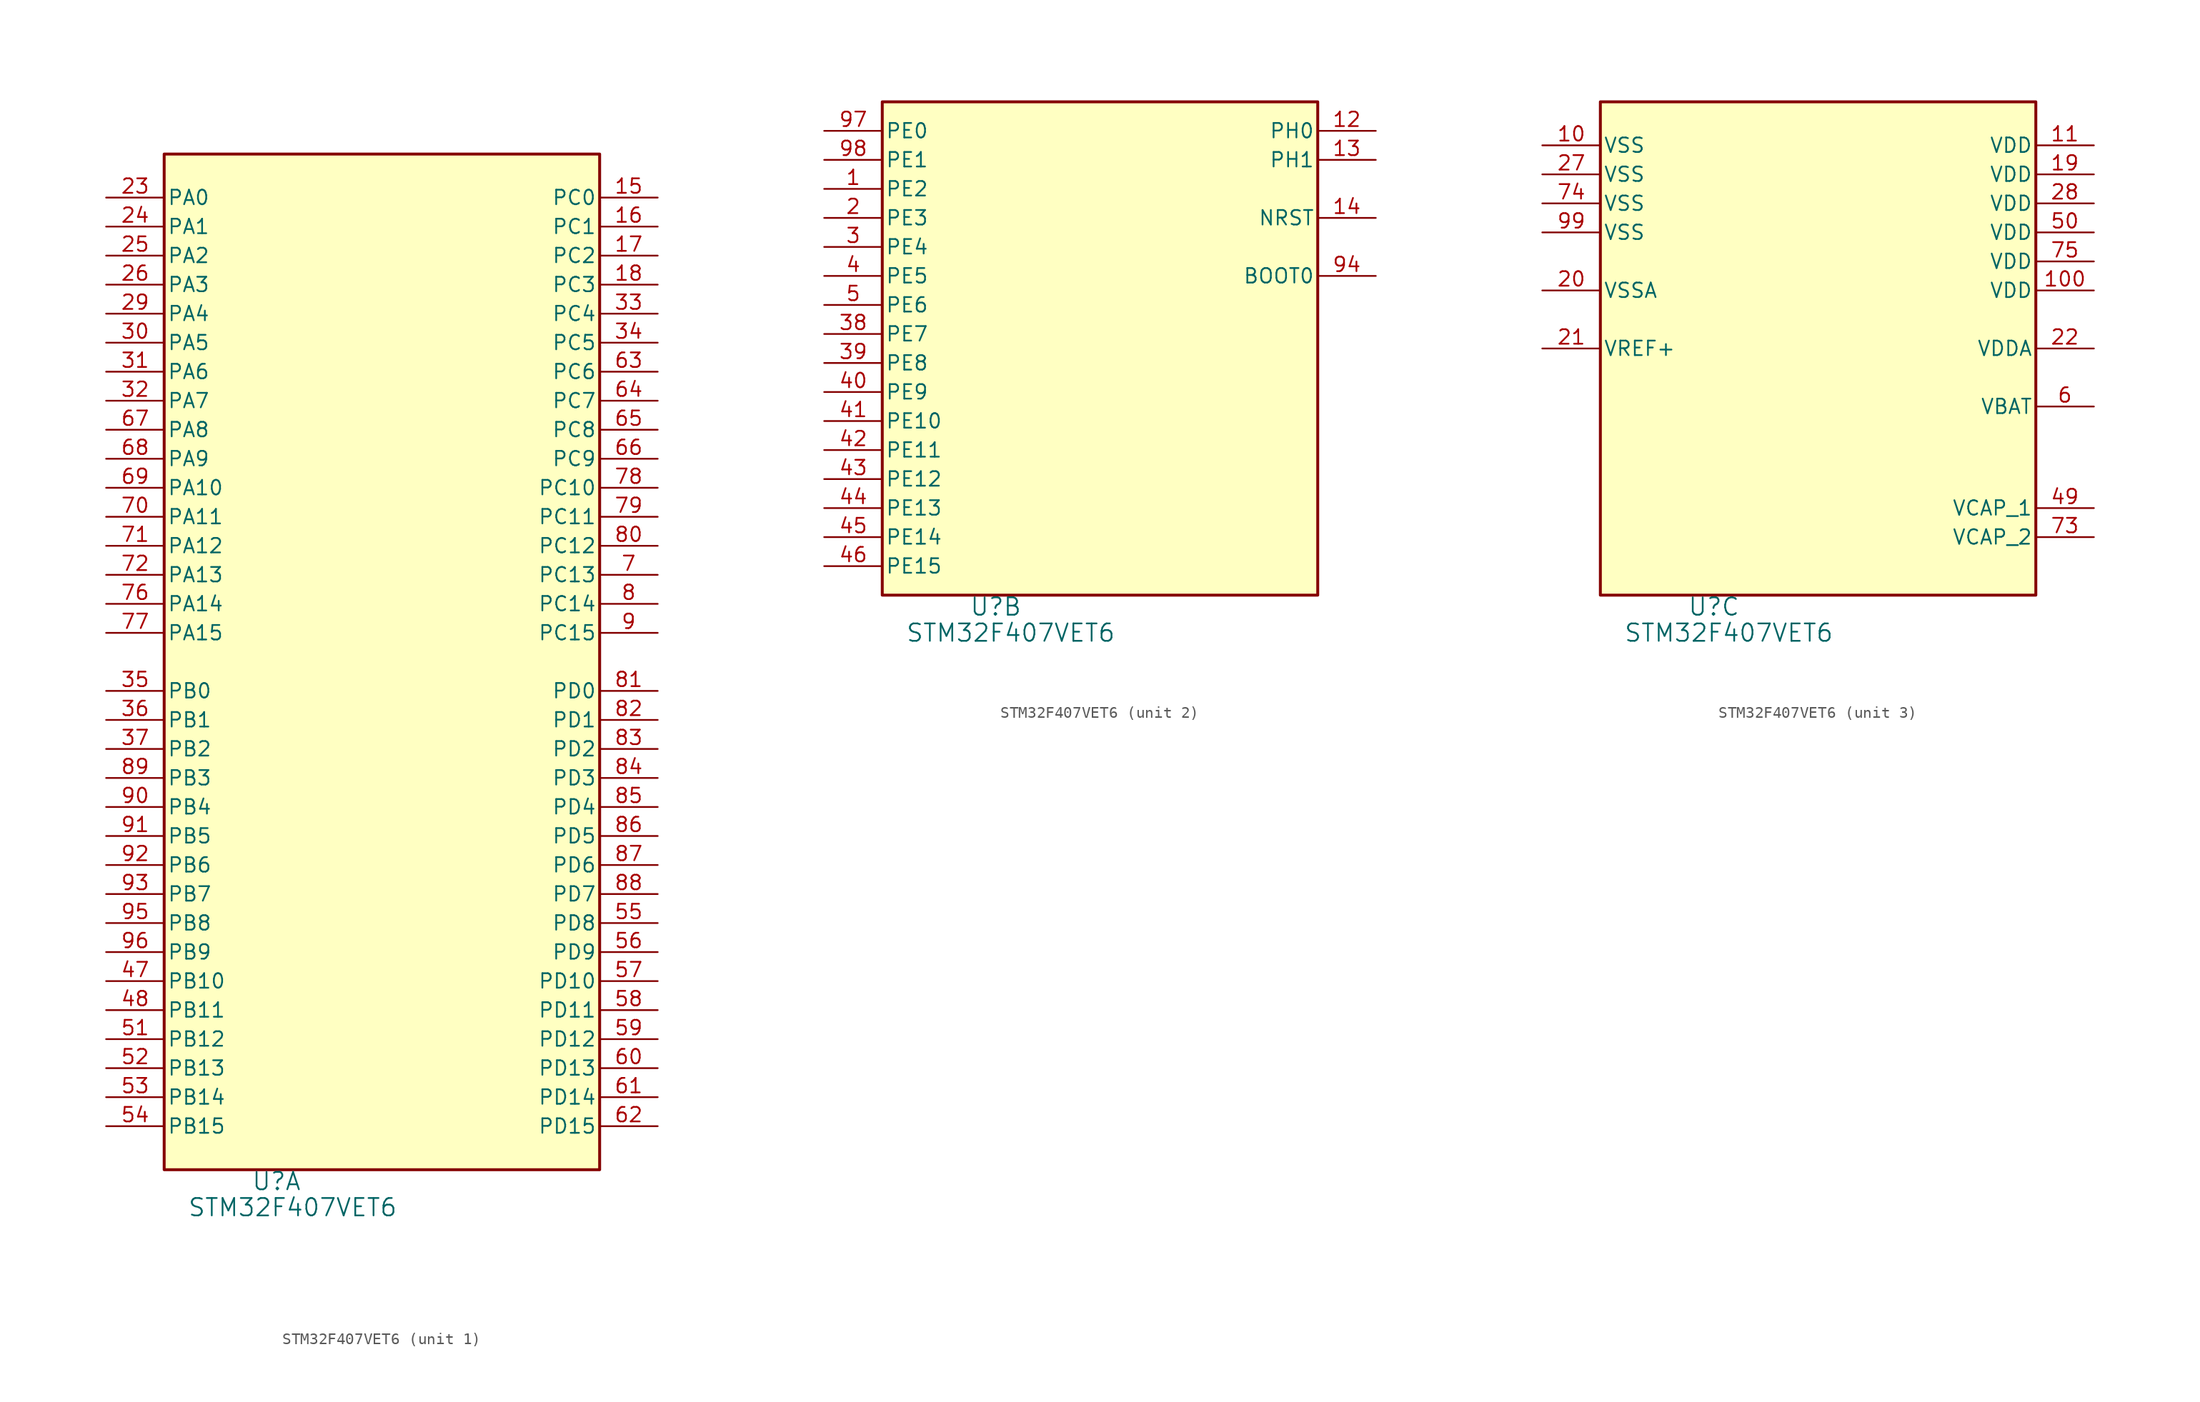
<source format=kicad_sym>
(kicad_symbol_lib
  (version 20231120)
  (generator "kicad_symbol_editor")
  (generator_version "8.0")
  (symbol "STM32F407VET6"
    (pin_names
      (offset 0.254))
    (property "Reference" "U"
      (at 7.62 -1.016 0)
      (effects (font (size 1.524 1.524)) (justify left)))
    (property "Value" "STM32F407VET6"
      (at 2.032 -3.302 0)
      (effects (font (size 1.524 1.524)) (justify left)))
    (property "ki_locked" ""
      (at 0 0 0)
      (effects (font (size 1.27 1.27))))
    (symbol "STM32F407VET6_1_1"
      (rectangle (start 0 88.9) (end 38.1 0) (stroke (width 0.254) (type default)) (fill (type background)))
      (pin bidirectional line (at 43.18 85.09 180) (length 5.08) (name "PC0" (effects (font (size 1.27 1.27)))) (number "15" (effects (font (size 1.27 1.27)))) (alternate "ADC1_IN10" bidirectional line) (alternate "ADC2_IN10" bidirectional line) (alternate "ADC3_IN10" bidirectional line) (alternate "USB_OTG_HS_ULPI_STP" bidirectional line))
      (pin bidirectional line (at 43.18 82.55 180) (length 5.08) (name "PC1" (effects (font (size 1.27 1.27)))) (number "16" (effects (font (size 1.27 1.27)))) (alternate "ADC1_IN11" bidirectional line) (alternate "ADC2_IN11" bidirectional line) (alternate "ADC3_IN11" bidirectional line) (alternate "ETH_MDC" bidirectional line))
      (pin bidirectional line (at 43.18 80.01 180) (length 5.08) (name "PC2" (effects (font (size 1.27 1.27)))) (number "17" (effects (font (size 1.27 1.27)))) (alternate "ADC1_IN12" bidirectional line) (alternate "ADC2_IN12" bidirectional line) (alternate "ADC3_IN12" bidirectional line) (alternate "ETH_TXD2" bidirectional line) (alternate "I2S2_ext_SD" bidirectional line) (alternate "SPI2_MISO" bidirectional line) (alternate "USB_OTG_HS_ULPI_DIR" bidirectional line))
      (pin bidirectional line (at 43.18 77.47 180) (length 5.08) (name "PC3" (effects (font (size 1.27 1.27)))) (number "18" (effects (font (size 1.27 1.27)))) (alternate "ADC1_IN13" bidirectional line) (alternate "ADC2_IN13" bidirectional line) (alternate "ADC3_IN13" bidirectional line) (alternate "ETH_TX_CLK" bidirectional line) (alternate "I2S2_SD" bidirectional line) (alternate "SPI2_MOSI" bidirectional line) (alternate "USB_OTG_HS_ULPI_NXT" bidirectional line))
      (pin bidirectional line (at -5.08 85.09 0) (length 5.08) (name "PA0" (effects (font (size 1.27 1.27)))) (number "23" (effects (font (size 1.27 1.27)))) (alternate "ADC1_IN0" bidirectional line) (alternate "ADC2_IN0" bidirectional line) (alternate "ADC3_IN0" bidirectional line) (alternate "ETH_CRS" bidirectional line) (alternate "SYS_WKUP" bidirectional line) (alternate "TIM2_CH1" bidirectional line) (alternate "TIM2_ETR" bidirectional line) (alternate "TIM5_CH1" bidirectional line) (alternate "TIM8_ETR" bidirectional line) (alternate "UART4_TX" bidirectional line) (alternate "USART2_CTS" bidirectional line))
      (pin bidirectional line (at -5.08 82.55 0) (length 5.08) (name "PA1" (effects (font (size 1.27 1.27)))) (number "24" (effects (font (size 1.27 1.27)))) (alternate "ADC1_IN1" bidirectional line) (alternate "ADC2_IN1" bidirectional line) (alternate "ADC3_IN1" bidirectional line) (alternate "ETH_REF_CLK" bidirectional line) (alternate "ETH_RX_CLK" bidirectional line) (alternate "TIM2_CH2" bidirectional line) (alternate "TIM5_CH2" bidirectional line) (alternate "UART4_RX" bidirectional line) (alternate "USART2_RTS" bidirectional line))
      (pin bidirectional line (at -5.08 80.01 0) (length 5.08) (name "PA2" (effects (font (size 1.27 1.27)))) (number "25" (effects (font (size 1.27 1.27)))) (alternate "ADC1_IN2" bidirectional line) (alternate "ADC2_IN2" bidirectional line) (alternate "ADC3_IN2" bidirectional line) (alternate "ETH_MDIO" bidirectional line) (alternate "TIM2_CH3" bidirectional line) (alternate "TIM5_CH3" bidirectional line) (alternate "TIM9_CH1" bidirectional line) (alternate "USART2_TX" bidirectional line))
      (pin bidirectional line (at -5.08 77.47 0) (length 5.08) (name "PA3" (effects (font (size 1.27 1.27)))) (number "26" (effects (font (size 1.27 1.27)))) (alternate "ADC1_IN3" bidirectional line) (alternate "ADC2_IN3" bidirectional line) (alternate "ADC3_IN3" bidirectional line) (alternate "ETH_COL" bidirectional line) (alternate "TIM2_CH4" bidirectional line) (alternate "TIM5_CH4" bidirectional line) (alternate "TIM9_CH2" bidirectional line) (alternate "USART2_RX" bidirectional line) (alternate "USB_OTG_HS_ULPI_D0" bidirectional line))
      (pin bidirectional line (at -5.08 74.93 0) (length 5.08) (name "PA4" (effects (font (size 1.27 1.27)))) (number "29" (effects (font (size 1.27 1.27)))) (alternate "ADC1_IN4" bidirectional line) (alternate "ADC2_IN4" bidirectional line) (alternate "DAC_OUT1" bidirectional line) (alternate "DCMI_HSYNC" bidirectional line) (alternate "I2S3_WS" bidirectional line) (alternate "SPI1_NSS" bidirectional line) (alternate "SPI3_NSS" bidirectional line) (alternate "USART2_CK" bidirectional line) (alternate "USB_OTG_HS_SOF" bidirectional line))
      (pin bidirectional line (at -5.08 72.39 0) (length 5.08) (name "PA5" (effects (font (size 1.27 1.27)))) (number "30" (effects (font (size 1.27 1.27)))) (alternate "ADC1_IN5" bidirectional line) (alternate "ADC2_IN5" bidirectional line) (alternate "DAC_OUT2" bidirectional line) (alternate "SPI1_SCK" bidirectional line) (alternate "TIM2_CH1" bidirectional line) (alternate "TIM2_ETR" bidirectional line) (alternate "TIM8_CH1N" bidirectional line) (alternate "USB_OTG_HS_ULPI_CK" bidirectional line))
      (pin bidirectional line (at -5.08 69.85 0) (length 5.08) (name "PA6" (effects (font (size 1.27 1.27)))) (number "31" (effects (font (size 1.27 1.27)))) (alternate "ADC1_IN6" bidirectional line) (alternate "ADC2_IN6" bidirectional line) (alternate "DCMI_PIXCLK" bidirectional line) (alternate "SPI1_MISO" bidirectional line) (alternate "TIM13_CH1" bidirectional line) (alternate "TIM1_BKIN" bidirectional line) (alternate "TIM3_CH1" bidirectional line) (alternate "TIM8_BKIN" bidirectional line))
      (pin bidirectional line (at -5.08 67.31 0) (length 5.08) (name "PA7" (effects (font (size 1.27 1.27)))) (number "32" (effects (font (size 1.27 1.27)))) (alternate "ADC1_IN7" bidirectional line) (alternate "ADC2_IN7" bidirectional line) (alternate "ETH_CRS_DV" bidirectional line) (alternate "ETH_RX_DV" bidirectional line) (alternate "SPI1_MOSI" bidirectional line) (alternate "TIM14_CH1" bidirectional line) (alternate "TIM1_CH1N" bidirectional line) (alternate "TIM3_CH2" bidirectional line) (alternate "TIM8_CH1N" bidirectional line))
      (pin bidirectional line (at 43.18 74.93 180) (length 5.08) (name "PC4" (effects (font (size 1.27 1.27)))) (number "33" (effects (font (size 1.27 1.27)))) (alternate "ADC1_IN14" bidirectional line) (alternate "ADC2_IN14" bidirectional line) (alternate "ETH_RXD0" bidirectional line))
      (pin bidirectional line (at 43.18 72.39 180) (length 5.08) (name "PC5" (effects (font (size 1.27 1.27)))) (number "34" (effects (font (size 1.27 1.27)))) (alternate "ADC1_IN15" bidirectional line) (alternate "ADC2_IN15" bidirectional line) (alternate "ETH_RXD1" bidirectional line))
      (pin bidirectional line (at -5.08 41.91 0) (length 5.08) (name "PB0" (effects (font (size 1.27 1.27)))) (number "35" (effects (font (size 1.27 1.27)))) (alternate "ADC1_IN8" bidirectional line) (alternate "ADC2_IN8" bidirectional line) (alternate "ETH_RXD2" bidirectional line) (alternate "TIM1_CH2N" bidirectional line) (alternate "TIM3_CH3" bidirectional line) (alternate "TIM8_CH2N" bidirectional line) (alternate "USB_OTG_HS_ULPI_D1" bidirectional line))
      (pin bidirectional line (at -5.08 39.37 0) (length 5.08) (name "PB1" (effects (font (size 1.27 1.27)))) (number "36" (effects (font (size 1.27 1.27)))) (alternate "ADC1_IN9" bidirectional line) (alternate "ADC2_IN9" bidirectional line) (alternate "ETH_RXD3" bidirectional line) (alternate "TIM1_CH3N" bidirectional line) (alternate "TIM3_CH4" bidirectional line) (alternate "TIM8_CH3N" bidirectional line) (alternate "USB_OTG_HS_ULPI_D2" bidirectional line))
      (pin bidirectional line (at -5.08 36.83 0) (length 5.08) (name "PB2" (effects (font (size 1.27 1.27)))) (number "37" (effects (font (size 1.27 1.27)))))
      (pin bidirectional line (at -5.08 16.51 0) (length 5.08) (name "PB10" (effects (font (size 1.27 1.27)))) (number "47" (effects (font (size 1.27 1.27)))) (alternate "ETH_RX_ER" bidirectional line) (alternate "I2C2_SCL" bidirectional line) (alternate "I2S2_CK" bidirectional line) (alternate "SPI2_SCK" bidirectional line) (alternate "TIM2_CH3" bidirectional line) (alternate "USART3_TX" bidirectional line) (alternate "USB_OTG_HS_ULPI_D3" bidirectional line))
      (pin bidirectional line (at -5.08 13.97 0) (length 5.08) (name "PB11" (effects (font (size 1.27 1.27)))) (number "48" (effects (font (size 1.27 1.27)))) (alternate "ADC1_EXTI11" bidirectional line) (alternate "ADC2_EXTI11" bidirectional line) (alternate "ADC3_EXTI11" bidirectional line) (alternate "ETH_TX_EN" bidirectional line) (alternate "I2C2_SDA" bidirectional line) (alternate "TIM2_CH4" bidirectional line) (alternate "USART3_RX" bidirectional line) (alternate "USB_OTG_HS_ULPI_D4" bidirectional line))
      (pin bidirectional line (at -5.08 11.43 0) (length 5.08) (name "PB12" (effects (font (size 1.27 1.27)))) (number "51" (effects (font (size 1.27 1.27)))) (alternate "CAN2_RX" bidirectional line) (alternate "ETH_TXD0" bidirectional line) (alternate "I2C2_SMBA" bidirectional line) (alternate "I2S2_WS" bidirectional line) (alternate "SPI2_NSS" bidirectional line) (alternate "TIM1_BKIN" bidirectional line) (alternate "USART3_CK" bidirectional line) (alternate "USB_OTG_HS_ID" bidirectional line) (alternate "USB_OTG_HS_ULPI_D5" bidirectional line))
      (pin bidirectional line (at -5.08 8.89 0) (length 5.08) (name "PB13" (effects (font (size 1.27 1.27)))) (number "52" (effects (font (size 1.27 1.27)))) (alternate "CAN2_TX" bidirectional line) (alternate "ETH_TXD1" bidirectional line) (alternate "I2S2_CK" bidirectional line) (alternate "SPI2_SCK" bidirectional line) (alternate "TIM1_CH1N" bidirectional line) (alternate "USART3_CTS" bidirectional line) (alternate "USB_OTG_HS_ULPI_D6" bidirectional line) (alternate "USB_OTG_HS_VBUS" bidirectional line))
      (pin bidirectional line (at -5.08 6.35 0) (length 5.08) (name "PB14" (effects (font (size 1.27 1.27)))) (number "53" (effects (font (size 1.27 1.27)))) (alternate "I2S2_ext_SD" bidirectional line) (alternate "SPI2_MISO" bidirectional line) (alternate "TIM12_CH1" bidirectional line) (alternate "TIM1_CH2N" bidirectional line) (alternate "TIM8_CH2N" bidirectional line) (alternate "USART3_RTS" bidirectional line) (alternate "USB_OTG_HS_DM" bidirectional line))
      (pin bidirectional line (at -5.08 3.81 0) (length 5.08) (name "PB15" (effects (font (size 1.27 1.27)))) (number "54" (effects (font (size 1.27 1.27)))) (alternate "ADC1_EXTI15" bidirectional line) (alternate "ADC2_EXTI15" bidirectional line) (alternate "ADC3_EXTI15" bidirectional line) (alternate "I2S2_SD" bidirectional line) (alternate "RTC_REFIN" bidirectional line) (alternate "SPI2_MOSI" bidirectional line) (alternate "TIM12_CH2" bidirectional line) (alternate "TIM1_CH3N" bidirectional line) (alternate "TIM8_CH3N" bidirectional line) (alternate "USB_OTG_HS_DP" bidirectional line))
      (pin bidirectional line (at 43.18 21.59 180) (length 5.08) (name "PD8" (effects (font (size 1.27 1.27)))) (number "55" (effects (font (size 1.27 1.27)))) (alternate "FSMC_D13" bidirectional line) (alternate "FSMC_DA13" bidirectional line) (alternate "USART3_TX" bidirectional line))
      (pin bidirectional line (at 43.18 19.05 180) (length 5.08) (name "PD9" (effects (font (size 1.27 1.27)))) (number "56" (effects (font (size 1.27 1.27)))) (alternate "DAC_EXTI9" bidirectional line) (alternate "FSMC_D14" bidirectional line) (alternate "FSMC_DA14" bidirectional line) (alternate "USART3_RX" bidirectional line))
      (pin bidirectional line (at 43.18 16.51 180) (length 5.08) (name "PD10" (effects (font (size 1.27 1.27)))) (number "57" (effects (font (size 1.27 1.27)))) (alternate "FSMC_D15" bidirectional line) (alternate "FSMC_DA15" bidirectional line) (alternate "USART3_CK" bidirectional line))
      (pin bidirectional line (at 43.18 13.97 180) (length 5.08) (name "PD11" (effects (font (size 1.27 1.27)))) (number "58" (effects (font (size 1.27 1.27)))) (alternate "ADC1_EXTI11" bidirectional line) (alternate "ADC2_EXTI11" bidirectional line) (alternate "ADC3_EXTI11" bidirectional line) (alternate "FSMC_A16" bidirectional line) (alternate "FSMC_CLE" bidirectional line) (alternate "USART3_CTS" bidirectional line))
      (pin bidirectional line (at 43.18 11.43 180) (length 5.08) (name "PD12" (effects (font (size 1.27 1.27)))) (number "59" (effects (font (size 1.27 1.27)))) (alternate "FSMC_A17" bidirectional line) (alternate "FSMC_ALE" bidirectional line) (alternate "TIM4_CH1" bidirectional line) (alternate "USART3_RTS" bidirectional line))
      (pin bidirectional line (at 43.18 8.89 180) (length 5.08) (name "PD13" (effects (font (size 1.27 1.27)))) (number "60" (effects (font (size 1.27 1.27)))) (alternate "FSMC_A18" bidirectional line) (alternate "TIM4_CH2" bidirectional line))
      (pin bidirectional line (at 43.18 6.35 180) (length 5.08) (name "PD14" (effects (font (size 1.27 1.27)))) (number "61" (effects (font (size 1.27 1.27)))) (alternate "FSMC_D0" bidirectional line) (alternate "FSMC_DA0" bidirectional line) (alternate "TIM4_CH3" bidirectional line))
      (pin bidirectional line (at 43.18 3.81 180) (length 5.08) (name "PD15" (effects (font (size 1.27 1.27)))) (number "62" (effects (font (size 1.27 1.27)))) (alternate "ADC1_EXTI15" bidirectional line) (alternate "ADC2_EXTI15" bidirectional line) (alternate "ADC3_EXTI15" bidirectional line) (alternate "FSMC_D1" bidirectional line) (alternate "FSMC_DA1" bidirectional line) (alternate "TIM4_CH4" bidirectional line))
      (pin bidirectional line (at 43.18 69.85 180) (length 5.08) (name "PC6" (effects (font (size 1.27 1.27)))) (number "63" (effects (font (size 1.27 1.27)))) (alternate "DCMI_D0" bidirectional line) (alternate "I2S2_MCK" bidirectional line) (alternate "SDIO_D6" bidirectional line) (alternate "TIM3_CH1" bidirectional line) (alternate "TIM8_CH1" bidirectional line) (alternate "USART6_TX" bidirectional line))
      (pin bidirectional line (at 43.18 67.31 180) (length 5.08) (name "PC7" (effects (font (size 1.27 1.27)))) (number "64" (effects (font (size 1.27 1.27)))) (alternate "DCMI_D1" bidirectional line) (alternate "I2S3_MCK" bidirectional line) (alternate "SDIO_D7" bidirectional line) (alternate "TIM3_CH2" bidirectional line) (alternate "TIM8_CH2" bidirectional line) (alternate "USART6_RX" bidirectional line))
      (pin bidirectional line (at 43.18 64.77 180) (length 5.08) (name "PC8" (effects (font (size 1.27 1.27)))) (number "65" (effects (font (size 1.27 1.27)))) (alternate "DCMI_D2" bidirectional line) (alternate "SDIO_D0" bidirectional line) (alternate "TIM3_CH3" bidirectional line) (alternate "TIM8_CH3" bidirectional line) (alternate "USART6_CK" bidirectional line))
      (pin bidirectional line (at 43.18 62.23 180) (length 5.08) (name "PC9" (effects (font (size 1.27 1.27)))) (number "66" (effects (font (size 1.27 1.27)))) (alternate "DAC_EXTI9" bidirectional line) (alternate "DCMI_D3" bidirectional line) (alternate "I2C3_SDA" bidirectional line) (alternate "I2S_CKIN" bidirectional line) (alternate "RCC_MCO_2" bidirectional line) (alternate "SDIO_D1" bidirectional line) (alternate "TIM3_CH4" bidirectional line) (alternate "TIM8_CH4" bidirectional line))
      (pin bidirectional line (at -5.08 64.77 0) (length 5.08) (name "PA8" (effects (font (size 1.27 1.27)))) (number "67" (effects (font (size 1.27 1.27)))) (alternate "I2C3_SCL" bidirectional line) (alternate "RCC_MCO_1" bidirectional line) (alternate "TIM1_CH1" bidirectional line) (alternate "USART1_CK" bidirectional line) (alternate "USB_OTG_FS_SOF" bidirectional line))
      (pin bidirectional line (at -5.08 62.23 0) (length 5.08) (name "PA9" (effects (font (size 1.27 1.27)))) (number "68" (effects (font (size 1.27 1.27)))) (alternate "DAC_EXTI9" bidirectional line) (alternate "DCMI_D0" bidirectional line) (alternate "I2C3_SMBA" bidirectional line) (alternate "TIM1_CH2" bidirectional line) (alternate "USART1_TX" bidirectional line) (alternate "USB_OTG_FS_VBUS" bidirectional line))
      (pin bidirectional line (at -5.08 59.69 0) (length 5.08) (name "PA10" (effects (font (size 1.27 1.27)))) (number "69" (effects (font (size 1.27 1.27)))) (alternate "DCMI_D1" bidirectional line) (alternate "TIM1_CH3" bidirectional line) (alternate "USART1_RX" bidirectional line) (alternate "USB_OTG_FS_ID" bidirectional line))
      (pin bidirectional line (at 43.18 52.07 180) (length 5.08) (name "PC13" (effects (font (size 1.27 1.27)))) (number "7" (effects (font (size 1.27 1.27)))) (alternate "RTC_AF1" bidirectional line))
      (pin bidirectional line (at -5.08 57.15 0) (length 5.08) (name "PA11" (effects (font (size 1.27 1.27)))) (number "70" (effects (font (size 1.27 1.27)))) (alternate "ADC1_EXTI11" bidirectional line) (alternate "ADC2_EXTI11" bidirectional line) (alternate "ADC3_EXTI11" bidirectional line) (alternate "CAN1_RX" bidirectional line) (alternate "TIM1_CH4" bidirectional line) (alternate "USART1_CTS" bidirectional line) (alternate "USB_OTG_FS_DM" bidirectional line))
      (pin bidirectional line (at -5.08 54.61 0) (length 5.08) (name "PA12" (effects (font (size 1.27 1.27)))) (number "71" (effects (font (size 1.27 1.27)))) (alternate "CAN1_TX" bidirectional line) (alternate "TIM1_ETR" bidirectional line) (alternate "USART1_RTS" bidirectional line) (alternate "USB_OTG_FS_DP" bidirectional line))
      (pin bidirectional line (at -5.08 52.07 0) (length 5.08) (name "PA13" (effects (font (size 1.27 1.27)))) (number "72" (effects (font (size 1.27 1.27)))) (alternate "SYS_JTMS-SWDIO" bidirectional line))
      (pin bidirectional line (at -5.08 49.53 0) (length 5.08) (name "PA14" (effects (font (size 1.27 1.27)))) (number "76" (effects (font (size 1.27 1.27)))) (alternate "SYS_JTCK-SWCLK" bidirectional line))
      (pin bidirectional line (at -5.08 46.99 0) (length 5.08) (name "PA15" (effects (font (size 1.27 1.27)))) (number "77" (effects (font (size 1.27 1.27)))) (alternate "ADC1_EXTI15" bidirectional line) (alternate "ADC2_EXTI15" bidirectional line) (alternate "ADC3_EXTI15" bidirectional line) (alternate "I2S3_WS" bidirectional line) (alternate "SPI1_NSS" bidirectional line) (alternate "SPI3_NSS" bidirectional line) (alternate "SYS_JTDI" bidirectional line) (alternate "TIM2_CH1" bidirectional line) (alternate "TIM2_ETR" bidirectional line))
      (pin bidirectional line (at 43.18 59.69 180) (length 5.08) (name "PC10" (effects (font (size 1.27 1.27)))) (number "78" (effects (font (size 1.27 1.27)))) (alternate "DCMI_D8" bidirectional line) (alternate "I2S3_CK" bidirectional line) (alternate "SDIO_D2" bidirectional line) (alternate "SPI3_SCK" bidirectional line) (alternate "UART4_TX" bidirectional line) (alternate "USART3_TX" bidirectional line))
      (pin bidirectional line (at 43.18 57.15 180) (length 5.08) (name "PC11" (effects (font (size 1.27 1.27)))) (number "79" (effects (font (size 1.27 1.27)))) (alternate "ADC1_EXTI11" bidirectional line) (alternate "ADC2_EXTI11" bidirectional line) (alternate "ADC3_EXTI11" bidirectional line) (alternate "DCMI_D4" bidirectional line) (alternate "I2S3_ext_SD" bidirectional line) (alternate "SDIO_D3" bidirectional line) (alternate "SPI3_MISO" bidirectional line) (alternate "UART4_RX" bidirectional line) (alternate "USART3_RX" bidirectional line))
      (pin bidirectional line (at 43.18 49.53 180) (length 5.08) (name "PC14" (effects (font (size 1.27 1.27)))) (number "8" (effects (font (size 1.27 1.27)))) (alternate "RCC_OSC32_IN" bidirectional line))
      (pin bidirectional line (at 43.18 54.61 180) (length 5.08) (name "PC12" (effects (font (size 1.27 1.27)))) (number "80" (effects (font (size 1.27 1.27)))) (alternate "DCMI_D9" bidirectional line) (alternate "I2S3_SD" bidirectional line) (alternate "SDIO_CK" bidirectional line) (alternate "SPI3_MOSI" bidirectional line) (alternate "UART5_TX" bidirectional line) (alternate "USART3_CK" bidirectional line))
      (pin bidirectional line (at 43.18 41.91 180) (length 5.08) (name "PD0" (effects (font (size 1.27 1.27)))) (number "81" (effects (font (size 1.27 1.27)))) (alternate "CAN1_RX" bidirectional line) (alternate "FSMC_D2" bidirectional line) (alternate "FSMC_DA2" bidirectional line))
      (pin bidirectional line (at 43.18 39.37 180) (length 5.08) (name "PD1" (effects (font (size 1.27 1.27)))) (number "82" (effects (font (size 1.27 1.27)))) (alternate "CAN1_TX" bidirectional line) (alternate "FSMC_D3" bidirectional line) (alternate "FSMC_DA3" bidirectional line))
      (pin bidirectional line (at 43.18 36.83 180) (length 5.08) (name "PD2" (effects (font (size 1.27 1.27)))) (number "83" (effects (font (size 1.27 1.27)))) (alternate "DCMI_D11" bidirectional line) (alternate "SDIO_CMD" bidirectional line) (alternate "TIM3_ETR" bidirectional line) (alternate "UART5_RX" bidirectional line))
      (pin bidirectional line (at 43.18 34.29 180) (length 5.08) (name "PD3" (effects (font (size 1.27 1.27)))) (number "84" (effects (font (size 1.27 1.27)))) (alternate "FSMC_CLK" bidirectional line) (alternate "USART2_CTS" bidirectional line))
      (pin bidirectional line (at 43.18 31.75 180) (length 5.08) (name "PD4" (effects (font (size 1.27 1.27)))) (number "85" (effects (font (size 1.27 1.27)))) (alternate "FSMC_NOE" bidirectional line) (alternate "USART2_RTS" bidirectional line))
      (pin bidirectional line (at 43.18 29.21 180) (length 5.08) (name "PD5" (effects (font (size 1.27 1.27)))) (number "86" (effects (font (size 1.27 1.27)))) (alternate "FSMC_NWE" bidirectional line) (alternate "USART2_TX" bidirectional line))
      (pin bidirectional line (at 43.18 26.67 180) (length 5.08) (name "PD6" (effects (font (size 1.27 1.27)))) (number "87" (effects (font (size 1.27 1.27)))) (alternate "FSMC_NWAIT" bidirectional line) (alternate "USART2_RX" bidirectional line))
      (pin bidirectional line (at 43.18 24.13 180) (length 5.08) (name "PD7" (effects (font (size 1.27 1.27)))) (number "88" (effects (font (size 1.27 1.27)))) (alternate "FSMC_NCE2" bidirectional line) (alternate "FSMC_NE1" bidirectional line) (alternate "USART2_CK" bidirectional line))
      (pin bidirectional line (at -5.08 34.29 0) (length 5.08) (name "PB3" (effects (font (size 1.27 1.27)))) (number "89" (effects (font (size 1.27 1.27)))) (alternate "I2S3_CK" bidirectional line) (alternate "SPI1_SCK" bidirectional line) (alternate "SPI3_SCK" bidirectional line) (alternate "SYS_JTDO-SWO" bidirectional line) (alternate "TIM2_CH2" bidirectional line))
      (pin bidirectional line (at 43.18 46.99 180) (length 5.08) (name "PC15" (effects (font (size 1.27 1.27)))) (number "9" (effects (font (size 1.27 1.27)))) (alternate "ADC1_EXTI15" bidirectional line) (alternate "ADC2_EXTI15" bidirectional line) (alternate "ADC3_EXTI15" bidirectional line) (alternate "RCC_OSC32_OUT" bidirectional line))
      (pin bidirectional line (at -5.08 31.75 0) (length 5.08) (name "PB4" (effects (font (size 1.27 1.27)))) (number "90" (effects (font (size 1.27 1.27)))) (alternate "I2S3_ext_SD" bidirectional line) (alternate "SPI1_MISO" bidirectional line) (alternate "SPI3_MISO" bidirectional line) (alternate "SYS_JTRST" bidirectional line) (alternate "TIM3_CH1" bidirectional line))
      (pin bidirectional line (at -5.08 29.21 0) (length 5.08) (name "PB5" (effects (font (size 1.27 1.27)))) (number "91" (effects (font (size 1.27 1.27)))) (alternate "CAN2_RX" bidirectional line) (alternate "DCMI_D10" bidirectional line) (alternate "ETH_PPS_OUT" bidirectional line) (alternate "I2C1_SMBA" bidirectional line) (alternate "I2S3_SD" bidirectional line) (alternate "SPI1_MOSI" bidirectional line) (alternate "SPI3_MOSI" bidirectional line) (alternate "TIM3_CH2" bidirectional line) (alternate "USB_OTG_HS_ULPI_D7" bidirectional line))
      (pin bidirectional line (at -5.08 26.67 0) (length 5.08) (name "PB6" (effects (font (size 1.27 1.27)))) (number "92" (effects (font (size 1.27 1.27)))) (alternate "CAN2_TX" bidirectional line) (alternate "DCMI_D5" bidirectional line) (alternate "I2C1_SCL" bidirectional line) (alternate "TIM4_CH1" bidirectional line) (alternate "USART1_TX" bidirectional line))
      (pin bidirectional line (at -5.08 24.13 0) (length 5.08) (name "PB7" (effects (font (size 1.27 1.27)))) (number "93" (effects (font (size 1.27 1.27)))) (alternate "DCMI_VSYNC" bidirectional line) (alternate "FSMC_NL" bidirectional line) (alternate "I2C1_SDA" bidirectional line) (alternate "TIM4_CH2" bidirectional line) (alternate "USART1_RX" bidirectional line))
      (pin bidirectional line (at -5.08 21.59 0) (length 5.08) (name "PB8" (effects (font (size 1.27 1.27)))) (number "95" (effects (font (size 1.27 1.27)))) (alternate "CAN1_RX" bidirectional line) (alternate "DCMI_D6" bidirectional line) (alternate "ETH_TXD3" bidirectional line) (alternate "I2C1_SCL" bidirectional line) (alternate "SDIO_D4" bidirectional line) (alternate "TIM10_CH1" bidirectional line) (alternate "TIM4_CH3" bidirectional line))
      (pin bidirectional line (at -5.08 19.05 0) (length 5.08) (name "PB9" (effects (font (size 1.27 1.27)))) (number "96" (effects (font (size 1.27 1.27)))) (alternate "CAN1_TX" bidirectional line) (alternate "DAC_EXTI9" bidirectional line) (alternate "DCMI_D7" bidirectional line) (alternate "I2C1_SDA" bidirectional line) (alternate "I2S2_WS" bidirectional line) (alternate "SDIO_D5" bidirectional line) (alternate "SPI2_NSS" bidirectional line) (alternate "TIM11_CH1" bidirectional line) (alternate "TIM4_CH4" bidirectional line)))
    (symbol "STM32F407VET6_2_1"
      (rectangle (start 0 43.18) (end 38.1 0) (stroke (width 0.254) (type default)) (fill (type background)))
      (pin bidirectional line (at -5.08 35.56 0) (length 5.08) (name "PE2" (effects (font (size 1.27 1.27)))) (number "1" (effects (font (size 1.27 1.27)))) (alternate "ETH_TXD3" bidirectional line) (alternate "FSMC_A23" bidirectional line) (alternate "SYS_TRACECLK" bidirectional line))
      (pin bidirectional line (at 43.18 40.64 180) (length 5.08) (name "PH0" (effects (font (size 1.27 1.27)))) (number "12" (effects (font (size 1.27 1.27)))) (alternate "RCC_OSC_IN" bidirectional line))
      (pin bidirectional line (at 43.18 38.1 180) (length 5.08) (name "PH1" (effects (font (size 1.27 1.27)))) (number "13" (effects (font (size 1.27 1.27)))) (alternate "RCC_OSC_OUT" bidirectional line))
      (pin input line (at 43.18 33.02 180) (length 5.08) (name "NRST" (effects (font (size 1.27 1.27)))) (number "14" (effects (font (size 1.27 1.27)))))
      (pin bidirectional line (at -5.08 33.02 0) (length 5.08) (name "PE3" (effects (font (size 1.27 1.27)))) (number "2" (effects (font (size 1.27 1.27)))) (alternate "FSMC_A19" bidirectional line) (alternate "SYS_TRACED0" bidirectional line))
      (pin bidirectional line (at -5.08 30.48 0) (length 5.08) (name "PE4" (effects (font (size 1.27 1.27)))) (number "3" (effects (font (size 1.27 1.27)))) (alternate "DCMI_D4" bidirectional line) (alternate "FSMC_A20" bidirectional line) (alternate "SYS_TRACED1" bidirectional line))
      (pin bidirectional line (at -5.08 22.86 0) (length 5.08) (name "PE7" (effects (font (size 1.27 1.27)))) (number "38" (effects (font (size 1.27 1.27)))) (alternate "FSMC_D4" bidirectional line) (alternate "FSMC_DA4" bidirectional line) (alternate "TIM1_ETR" bidirectional line))
      (pin bidirectional line (at -5.08 20.32 0) (length 5.08) (name "PE8" (effects (font (size 1.27 1.27)))) (number "39" (effects (font (size 1.27 1.27)))) (alternate "FSMC_D5" bidirectional line) (alternate "FSMC_DA5" bidirectional line) (alternate "TIM1_CH1N" bidirectional line))
      (pin bidirectional line (at -5.08 27.94 0) (length 5.08) (name "PE5" (effects (font (size 1.27 1.27)))) (number "4" (effects (font (size 1.27 1.27)))) (alternate "DCMI_D6" bidirectional line) (alternate "FSMC_A21" bidirectional line) (alternate "SYS_TRACED2" bidirectional line) (alternate "TIM9_CH1" bidirectional line))
      (pin bidirectional line (at -5.08 17.78 0) (length 5.08) (name "PE9" (effects (font (size 1.27 1.27)))) (number "40" (effects (font (size 1.27 1.27)))) (alternate "DAC_EXTI9" bidirectional line) (alternate "FSMC_D6" bidirectional line) (alternate "FSMC_DA6" bidirectional line) (alternate "TIM1_CH1" bidirectional line))
      (pin bidirectional line (at -5.08 15.24 0) (length 5.08) (name "PE10" (effects (font (size 1.27 1.27)))) (number "41" (effects (font (size 1.27 1.27)))) (alternate "FSMC_D7" bidirectional line) (alternate "FSMC_DA7" bidirectional line) (alternate "TIM1_CH2N" bidirectional line))
      (pin bidirectional line (at -5.08 12.7 0) (length 5.08) (name "PE11" (effects (font (size 1.27 1.27)))) (number "42" (effects (font (size 1.27 1.27)))) (alternate "ADC1_EXTI11" bidirectional line) (alternate "ADC2_EXTI11" bidirectional line) (alternate "ADC3_EXTI11" bidirectional line) (alternate "FSMC_D8" bidirectional line) (alternate "FSMC_DA8" bidirectional line) (alternate "TIM1_CH2" bidirectional line))
      (pin bidirectional line (at -5.08 10.16 0) (length 5.08) (name "PE12" (effects (font (size 1.27 1.27)))) (number "43" (effects (font (size 1.27 1.27)))) (alternate "FSMC_D9" bidirectional line) (alternate "FSMC_DA9" bidirectional line) (alternate "TIM1_CH3N" bidirectional line))
      (pin bidirectional line (at -5.08 7.62 0) (length 5.08) (name "PE13" (effects (font (size 1.27 1.27)))) (number "44" (effects (font (size 1.27 1.27)))) (alternate "FSMC_D10" bidirectional line) (alternate "FSMC_DA10" bidirectional line) (alternate "TIM1_CH3" bidirectional line))
      (pin bidirectional line (at -5.08 5.08 0) (length 5.08) (name "PE14" (effects (font (size 1.27 1.27)))) (number "45" (effects (font (size 1.27 1.27)))) (alternate "FSMC_D11" bidirectional line) (alternate "FSMC_DA11" bidirectional line) (alternate "TIM1_CH4" bidirectional line))
      (pin bidirectional line (at -5.08 2.54 0) (length 5.08) (name "PE15" (effects (font (size 1.27 1.27)))) (number "46" (effects (font (size 1.27 1.27)))) (alternate "ADC1_EXTI15" bidirectional line) (alternate "ADC2_EXTI15" bidirectional line) (alternate "ADC3_EXTI15" bidirectional line) (alternate "FSMC_D12" bidirectional line) (alternate "FSMC_DA12" bidirectional line) (alternate "TIM1_BKIN" bidirectional line))
      (pin bidirectional line (at -5.08 25.4 0) (length 5.08) (name "PE6" (effects (font (size 1.27 1.27)))) (number "5" (effects (font (size 1.27 1.27)))) (alternate "DCMI_D7" bidirectional line) (alternate "FSMC_A22" bidirectional line) (alternate "SYS_TRACED3" bidirectional line) (alternate "TIM9_CH2" bidirectional line))
      (pin input line (at 43.18 27.94 180) (length 5.08) (name "BOOT0" (effects (font (size 1.27 1.27)))) (number "94" (effects (font (size 1.27 1.27)))))
      (pin bidirectional line (at -5.08 40.64 0) (length 5.08) (name "PE0" (effects (font (size 1.27 1.27)))) (number "97" (effects (font (size 1.27 1.27)))) (alternate "DCMI_D2" bidirectional line) (alternate "FSMC_NBL0" bidirectional line) (alternate "TIM4_ETR" bidirectional line))
      (pin bidirectional line (at -5.08 38.1 0) (length 5.08) (name "PE1" (effects (font (size 1.27 1.27)))) (number "98" (effects (font (size 1.27 1.27)))) (alternate "DCMI_D3" bidirectional line) (alternate "FSMC_NBL1" bidirectional line)))
    (symbol "STM32F407VET6_3_1"
      (rectangle (start 0 43.18) (end 38.1 0) (stroke (width 0.254) (type default)) (fill (type background)))
      (pin power_in line (at -5.08 39.37 0) (length 5.08) (name "VSS" (effects (font (size 1.27 1.27)))) (number "10" (effects (font (size 1.27 1.27)))))
      (pin power_in line (at 43.18 26.67 180) (length 5.08) (name "VDD" (effects (font (size 1.27 1.27)))) (number "100" (effects (font (size 1.27 1.27)))))
      (pin power_in line (at 43.18 39.37 180) (length 5.08) (name "VDD" (effects (font (size 1.27 1.27)))) (number "11" (effects (font (size 1.27 1.27)))))
      (pin power_in line (at 43.18 36.83 180) (length 5.08) (name "VDD" (effects (font (size 1.27 1.27)))) (number "19" (effects (font (size 1.27 1.27)))))
      (pin power_in line (at -5.08 26.67 0) (length 5.08) (name "VSSA" (effects (font (size 1.27 1.27)))) (number "20" (effects (font (size 1.27 1.27)))))
      (pin input line (at -5.08 21.59 0) (length 5.08) (name "VREF+" (effects (font (size 1.27 1.27)))) (number "21" (effects (font (size 1.27 1.27)))))
      (pin power_in line (at 43.18 21.59 180) (length 5.08) (name "VDDA" (effects (font (size 1.27 1.27)))) (number "22" (effects (font (size 1.27 1.27)))))
      (pin passive line (at -5.08 36.83 0) (length 5.08) (name "VSS" (effects (font (size 1.27 1.27)))) (number "27" (effects (font (size 1.27 1.27)))))
      (pin power_in line (at 43.18 34.29 180) (length 5.08) (name "VDD" (effects (font (size 1.27 1.27)))) (number "28" (effects (font (size 1.27 1.27)))))
      (pin power_out line (at 43.18 7.62 180) (length 5.08) (name "VCAP_1" (effects (font (size 1.27 1.27)))) (number "49" (effects (font (size 1.27 1.27)))))
      (pin power_in line (at 43.18 31.75 180) (length 5.08) (name "VDD" (effects (font (size 1.27 1.27)))) (number "50" (effects (font (size 1.27 1.27)))))
      (pin power_in line (at 43.18 16.51 180) (length 5.08) (name "VBAT" (effects (font (size 1.27 1.27)))) (number "6" (effects (font (size 1.27 1.27)))))
      (pin power_out line (at 43.18 5.08 180) (length 5.08) (name "VCAP_2" (effects (font (size 1.27 1.27)))) (number "73" (effects (font (size 1.27 1.27)))))
      (pin passive line (at -5.08 34.29 0) (length 5.08) (name "VSS" (effects (font (size 1.27 1.27)))) (number "74" (effects (font (size 1.27 1.27)))))
      (pin power_in line (at 43.18 29.21 180) (length 5.08) (name "VDD" (effects (font (size 1.27 1.27)))) (number "75" (effects (font (size 1.27 1.27)))))
      (pin passive line (at -5.08 31.75 0) (length 5.08) (name "VSS" (effects (font (size 1.27 1.27)))) (number "99" (effects (font (size 1.27 1.27))))))))
</source>
